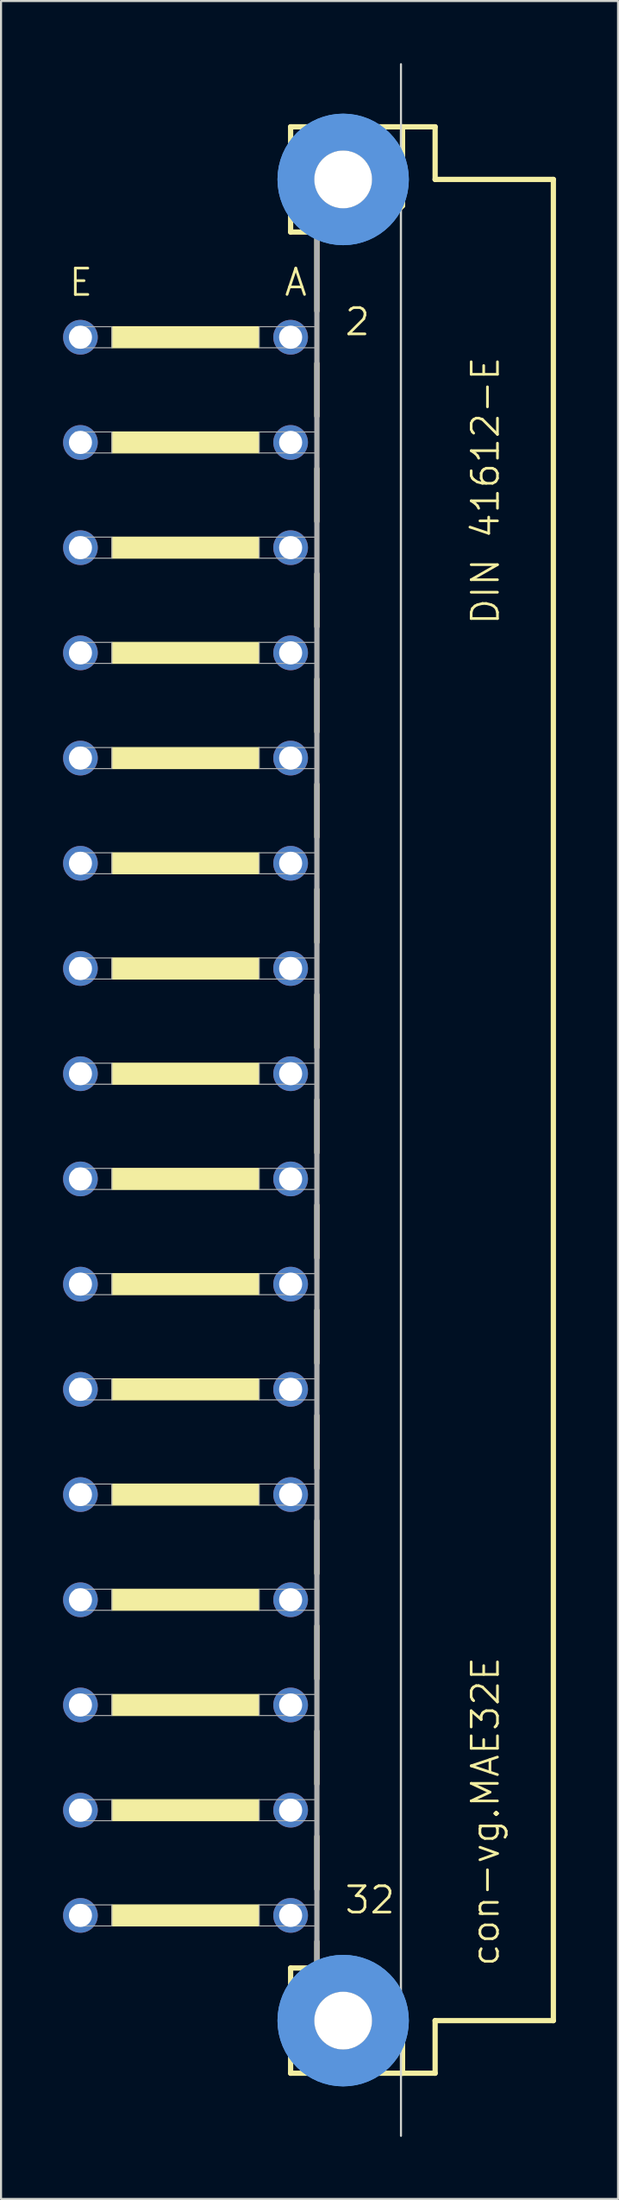
<source format=kicad_pcb>
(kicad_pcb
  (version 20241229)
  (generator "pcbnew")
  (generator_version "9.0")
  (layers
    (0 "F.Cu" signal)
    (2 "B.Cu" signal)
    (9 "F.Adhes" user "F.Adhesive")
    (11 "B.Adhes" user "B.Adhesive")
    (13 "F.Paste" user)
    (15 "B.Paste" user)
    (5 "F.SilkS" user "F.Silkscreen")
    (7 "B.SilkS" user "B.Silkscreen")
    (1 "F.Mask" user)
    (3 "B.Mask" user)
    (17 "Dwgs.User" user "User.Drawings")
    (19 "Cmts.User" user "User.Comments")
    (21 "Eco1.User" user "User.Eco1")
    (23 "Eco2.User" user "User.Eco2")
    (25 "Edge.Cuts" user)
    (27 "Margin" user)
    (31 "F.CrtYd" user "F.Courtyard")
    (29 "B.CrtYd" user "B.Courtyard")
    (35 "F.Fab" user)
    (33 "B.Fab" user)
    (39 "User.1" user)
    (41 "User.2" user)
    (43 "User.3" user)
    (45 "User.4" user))
  (footprint "con-vg.MAE32E"
    (layer "F.Cu")
    (at 13.538 50.063)
    (property "Reference" "con-vg.MAE32E" (at 7.62 41.91 90) (layer "F.SilkS") (effects (font (size 1.27 1.27) (thickness 0.13)) (justify left bottom)))
    (attr through_hole)
    (fp_line (start -2.54 -46.99) (end -2.54 -41.91) (stroke (width 0.254) (type default)) (layer "F.SilkS"))
    (fp_line (start -2.54 -41.91) (end -1.27 -41.91) (stroke (width 0.254) (type default)) (layer "F.SilkS"))
    (fp_line (start -2.54 41.91) (end -2.54 46.99) (stroke (width 0.254) (type default)) (layer "F.SilkS"))
    (fp_line (start -2.54 41.91) (end -1.27 41.91) (stroke (width 0.254) (type default)) (layer "F.SilkS"))
    (fp_line (start -2.54 46.99) (end 2.87 46.99) (stroke (width 0.254) (type default)) (layer "F.SilkS"))
    (fp_line (start -1.27 -41.91) (end -1.27 -38.1) (stroke (width 0.254) (type default)) (layer "F.SilkS"))
    (fp_line (start -1.27 -41.91) (end 1.6 -41.91) (stroke (width 0.254) (type default)) (layer "F.SilkS"))
    (fp_line (start -1.27 -35.56) (end -1.27 -33.02) (stroke (width 0.254) (type default)) (layer "F.SilkS"))
    (fp_line (start -1.27 -30.48) (end -1.27 -27.94) (stroke (width 0.254) (type default)) (layer "F.SilkS"))
    (fp_line (start -1.27 -25.4) (end -1.27 -22.86) (stroke (width 0.254) (type default)) (layer "F.SilkS"))
    (fp_line (start -1.27 -20.32) (end -1.27 -17.78) (stroke (width 0.254) (type default)) (layer "F.SilkS"))
    (fp_line (start -1.27 -15.24) (end -1.27 -12.7) (stroke (width 0.254) (type default)) (layer "F.SilkS"))
    (fp_line (start -1.27 -10.16) (end -1.27 -7.62) (stroke (width 0.254) (type default)) (layer "F.SilkS"))
    (fp_line (start -1.27 -5.08) (end -1.27 -2.54) (stroke (width 0.254) (type default)) (layer "F.SilkS"))
    (fp_line (start -1.27 0) (end -1.27 2.54) (stroke (width 0.254) (type default)) (layer "F.SilkS"))
    (fp_line (start -1.27 5.08) (end -1.27 7.62) (stroke (width 0.254) (type default)) (layer "F.SilkS"))
    (fp_line (start -1.27 10.16) (end -1.27 12.7) (stroke (width 0.254) (type default)) (layer "F.SilkS"))
    (fp_line (start -1.27 15.24) (end -1.27 17.78) (stroke (width 0.254) (type default)) (layer "F.SilkS"))
    (fp_line (start -1.27 20.32) (end -1.27 22.86) (stroke (width 0.254) (type default)) (layer "F.SilkS"))
    (fp_line (start -1.27 25.4) (end -1.27 27.94) (stroke (width 0.254) (type default)) (layer "F.SilkS"))
    (fp_line (start -1.27 30.48) (end -1.27 33.02) (stroke (width 0.254) (type default)) (layer "F.SilkS"))
    (fp_line (start -1.27 35.56) (end -1.27 38.1) (stroke (width 0.254) (type default)) (layer "F.SilkS"))
    (fp_line (start -1.27 40.64) (end -1.27 41.91) (stroke (width 0.254) (type default)) (layer "F.SilkS"))
    (fp_line (start -1.27 41.91) (end 1.27 41.91) (stroke (width 0.254) (type default)) (layer "F.SilkS"))
    (fp_line (start 1.6 -41.91) (end 2.87 -43.18) (stroke (width 0.254) (type default)) (layer "F.SilkS"))
    (fp_line (start 2.769 -43.18) (end 2.769 44.45) (stroke (width 0.051) (type default)) (layer "F.SilkS"))
    (fp_line (start 2.87 -46.99) (end -2.54 -46.99) (stroke (width 0.254) (type default)) (layer "F.SilkS"))
    (fp_line (start 2.87 -43.18) (end 2.87 -46.99) (stroke (width 0.254) (type default)) (layer "F.SilkS"))
    (fp_line (start 2.87 43.51) (end 1.27 41.91) (stroke (width 0.254) (type default)) (layer "F.SilkS"))
    (fp_line (start 2.87 43.51) (end 2.87 46.99) (stroke (width 0.254) (type default)) (layer "F.SilkS"))
    (fp_line (start 2.87 46.99) (end 4.445 46.99) (stroke (width 0.254) (type default)) (layer "F.SilkS"))
    (fp_line (start 4.445 -46.99) (end 2.87 -46.99) (stroke (width 0.254) (type default)) (layer "F.SilkS"))
    (fp_line (start 4.445 -44.45) (end 4.445 -46.99) (stroke (width 0.254) (type default)) (layer "F.SilkS"))
    (fp_line (start 4.445 44.45) (end 10.16 44.45) (stroke (width 0.254) (type default)) (layer "F.SilkS"))
    (fp_line (start 4.445 46.99) (end 4.445 44.45) (stroke (width 0.254) (type default)) (layer "F.SilkS"))
    (fp_line (start 10.16 -44.45) (end 4.445 -44.45) (stroke (width 0.254) (type default)) (layer "F.SilkS"))
    (fp_line (start 10.16 44.45) (end 10.16 -44.45) (stroke (width 0.254) (type default)) (layer "F.SilkS"))
    (fp_rect (start -11.176 -36.322) (end -4.064 -37.338) (stroke (width 0.05) (type default)) (fill yes) (layer "F.SilkS"))
    (fp_rect (start -11.176 -31.242) (end -4.064 -32.258) (stroke (width 0.05) (type default)) (fill yes) (layer "F.SilkS"))
    (fp_rect (start -11.176 -26.162) (end -4.064 -27.178) (stroke (width 0.05) (type default)) (fill yes) (layer "F.SilkS"))
    (fp_rect (start -11.176 -21.082) (end -4.064 -22.098) (stroke (width 0.05) (type default)) (fill yes) (layer "F.SilkS"))
    (fp_rect (start -11.176 -16.002) (end -4.064 -17.018) (stroke (width 0.05) (type default)) (fill yes) (layer "F.SilkS"))
    (fp_rect (start -11.176 -10.922) (end -4.064 -11.938) (stroke (width 0.05) (type default)) (fill yes) (layer "F.SilkS"))
    (fp_rect (start -11.176 -5.842) (end -4.064 -6.858) (stroke (width 0.05) (type default)) (fill yes) (layer "F.SilkS"))
    (fp_rect (start -11.176 -0.762) (end -4.064 -1.778) (stroke (width 0.05) (type default)) (fill yes) (layer "F.SilkS"))
    (fp_rect (start -11.176 4.318) (end -4.064 3.302) (stroke (width 0.05) (type default)) (fill yes) (layer "F.SilkS"))
    (fp_rect (start -11.176 9.398) (end -4.064 8.382) (stroke (width 0.05) (type default)) (fill yes) (layer "F.SilkS"))
    (fp_rect (start -11.176 14.478) (end -4.064 13.462) (stroke (width 0.05) (type default)) (fill yes) (layer "F.SilkS"))
    (fp_rect (start -11.176 19.558) (end -4.064 18.542) (stroke (width 0.05) (type default)) (fill yes) (layer "F.SilkS"))
    (fp_rect (start -11.176 24.638) (end -4.064 23.622) (stroke (width 0.05) (type default)) (fill yes) (layer "F.SilkS"))
    (fp_rect (start -11.176 29.718) (end -4.064 28.702) (stroke (width 0.05) (type default)) (fill yes) (layer "F.SilkS"))
    (fp_rect (start -11.176 34.798) (end -4.064 33.782) (stroke (width 0.05) (type default)) (fill yes) (layer "F.SilkS"))
    (fp_rect (start -11.176 39.878) (end -4.064 38.862) (stroke (width 0.05) (type default)) (fill yes) (layer "F.SilkS"))
    (fp_circle (center 0 -44.45) (end 2.286 -44.45) (stroke (width 1.778) (type default)) (fill no) (layer "Cmts.User"))
    (fp_circle (center 0 -44.45) (end 2.286 -44.45) (stroke (width 1.778) (type default)) (fill no) (layer "Cmts.User"))
    (fp_circle (center 0 44.45) (end 2.286 44.45) (stroke (width 1.778) (type default)) (fill no) (layer "Cmts.User"))
    (fp_circle (center 0 44.45) (end 2.286 44.45) (stroke (width 1.778) (type default)) (fill no) (layer "Cmts.User"))
    (fp_line (start 2.794 50.013) (end 2.794 -50.013) (stroke (width 0.1) (type default)) (layer "Edge.Cuts"))
    (fp_line (start -1.27 -41.91) (end -1.27 41.91) (stroke (width 0.254) (type default)) (layer "F.Fab"))
    (fp_rect (start -12.954 -36.322) (end -11.176 -37.338) (stroke (width 0.05) (type default)) (fill no) (layer "F.Fab"))
    (fp_rect (start -12.954 -31.242) (end -11.176 -32.258) (stroke (width 0.05) (type default)) (fill no) (layer "F.Fab"))
    (fp_rect (start -12.954 -26.162) (end -11.176 -27.178) (stroke (width 0.05) (type default)) (fill no) (layer "F.Fab"))
    (fp_rect (start -12.954 -21.082) (end -11.176 -22.098) (stroke (width 0.05) (type default)) (fill no) (layer "F.Fab"))
    (fp_rect (start -12.954 -16.002) (end -11.176 -17.018) (stroke (width 0.05) (type default)) (fill no) (layer "F.Fab"))
    (fp_rect (start -12.954 -10.922) (end -11.176 -11.938) (stroke (width 0.05) (type default)) (fill no) (layer "F.Fab"))
    (fp_rect (start -12.954 -5.842) (end -11.176 -6.858) (stroke (width 0.05) (type default)) (fill no) (layer "F.Fab"))
    (fp_rect (start -12.954 -0.762) (end -11.176 -1.778) (stroke (width 0.05) (type default)) (fill no) (layer "F.Fab"))
    (fp_rect (start -12.954 4.318) (end -11.176 3.302) (stroke (width 0.05) (type default)) (fill no) (layer "F.Fab"))
    (fp_rect (start -12.954 9.398) (end -11.176 8.382) (stroke (width 0.05) (type default)) (fill no) (layer "F.Fab"))
    (fp_rect (start -12.954 14.478) (end -11.176 13.462) (stroke (width 0.05) (type default)) (fill no) (layer "F.Fab"))
    (fp_rect (start -12.954 19.558) (end -11.176 18.542) (stroke (width 0.05) (type default)) (fill no) (layer "F.Fab"))
    (fp_rect (start -12.954 24.638) (end -11.176 23.622) (stroke (width 0.05) (type default)) (fill no) (layer "F.Fab"))
    (fp_rect (start -12.954 29.718) (end -11.176 28.702) (stroke (width 0.05) (type default)) (fill no) (layer "F.Fab"))
    (fp_rect (start -12.954 34.798) (end -11.176 33.782) (stroke (width 0.05) (type default)) (fill no) (layer "F.Fab"))
    (fp_rect (start -12.954 39.878) (end -11.176 38.862) (stroke (width 0.05) (type default)) (fill no) (layer "F.Fab"))
    (fp_rect (start -4.064 -36.322) (end -1.27 -37.338) (stroke (width 0.05) (type default)) (fill no) (layer "F.Fab"))
    (fp_rect (start -4.064 -31.242) (end -1.27 -32.258) (stroke (width 0.05) (type default)) (fill no) (layer "F.Fab"))
    (fp_rect (start -4.064 -26.162) (end -1.27 -27.178) (stroke (width 0.05) (type default)) (fill no) (layer "F.Fab"))
    (fp_rect (start -4.064 -21.082) (end -1.27 -22.098) (stroke (width 0.05) (type default)) (fill no) (layer "F.Fab"))
    (fp_rect (start -4.064 -16.002) (end -1.27 -17.018) (stroke (width 0.05) (type default)) (fill no) (layer "F.Fab"))
    (fp_rect (start -4.064 -10.922) (end -1.27 -11.938) (stroke (width 0.05) (type default)) (fill no) (layer "F.Fab"))
    (fp_rect (start -4.064 -5.842) (end -1.27 -6.858) (stroke (width 0.05) (type default)) (fill no) (layer "F.Fab"))
    (fp_rect (start -4.064 -0.762) (end -1.27 -1.778) (stroke (width 0.05) (type default)) (fill no) (layer "F.Fab"))
    (fp_rect (start -4.064 4.318) (end -1.27 3.302) (stroke (width 0.05) (type default)) (fill no) (layer "F.Fab"))
    (fp_rect (start -4.064 9.398) (end -1.27 8.382) (stroke (width 0.05) (type default)) (fill no) (layer "F.Fab"))
    (fp_rect (start -4.064 14.478) (end -1.27 13.462) (stroke (width 0.05) (type default)) (fill no) (layer "F.Fab"))
    (fp_rect (start -4.064 19.558) (end -1.27 18.542) (stroke (width 0.05) (type default)) (fill no) (layer "F.Fab"))
    (fp_rect (start -4.064 24.638) (end -1.27 23.622) (stroke (width 0.05) (type default)) (fill no) (layer "F.Fab"))
    (fp_rect (start -4.064 29.718) (end -1.27 28.702) (stroke (width 0.05) (type default)) (fill no) (layer "F.Fab"))
    (fp_rect (start -4.064 34.798) (end -1.27 33.782) (stroke (width 0.05) (type default)) (fill no) (layer "F.Fab"))
    (fp_rect (start -4.064 39.878) (end -1.27 38.862) (stroke (width 0.05) (type default)) (fill no) (layer "F.Fab"))
    (fp_text user "DIN 41612-E" (at 7.62 -22.86 90) (layer "F.SilkS") (effects (font (size 1.27 1.27) (thickness 0.13)) (justify left bottom)))
    (fp_text user "2" (at 0 -36.83 0) (layer "F.SilkS") (effects (font (size 1.27 1.27) (thickness 0.13)) (justify left bottom)))
    (fp_text user "32" (at 0 39.37 0) (layer "F.SilkS") (effects (font (size 1.27 1.27) (thickness 0.13)) (justify left bottom)))
    (fp_text user "A" (at -2.921 -38.735 0) (layer "F.SilkS") (effects (font (size 1.27 1.27) (thickness 0.13)) (justify left bottom)))
    (fp_text user "E" (at -13.335 -38.735 0) (layer "F.SilkS") (effects (font (size 1.27 1.27) (thickness 0.13)) (justify left bottom)))
    (pad "" np_thru_hole circle (at 0 -44.45) (size 2.794 2.794) (drill 2.794) (layers "*.Cu" "*.Mask"))
    (pad "" np_thru_hole circle (at 0 44.45) (size 2.794 2.794) (drill 2.794) (layers "*.Cu" "*.Mask"))
    (pad "A2" thru_hole circle (at -2.54 -36.83) (size 1.676 1.676) (drill 1.118) (layers "*.Cu" "*.Mask"))
    (pad "A4" thru_hole circle (at -2.54 -31.75) (size 1.676 1.676) (drill 1.118) (layers "*.Cu" "*.Mask"))
    (pad "A6" thru_hole circle (at -2.54 -26.67) (size 1.676 1.676) (drill 1.118) (layers "*.Cu" "*.Mask"))
    (pad "A8" thru_hole circle (at -2.54 -21.59) (size 1.676 1.676) (drill 1.118) (layers "*.Cu" "*.Mask"))
    (pad "A10" thru_hole circle (at -2.54 -16.51) (size 1.676 1.676) (drill 1.118) (layers "*.Cu" "*.Mask"))
    (pad "A12" thru_hole circle (at -2.54 -11.43) (size 1.676 1.676) (drill 1.118) (layers "*.Cu" "*.Mask"))
    (pad "A14" thru_hole circle (at -2.54 -6.35) (size 1.676 1.676) (drill 1.118) (layers "*.Cu" "*.Mask"))
    (pad "A16" thru_hole circle (at -2.54 -1.27) (size 1.676 1.676) (drill 1.118) (layers "*.Cu" "*.Mask"))
    (pad "A18" thru_hole circle (at -2.54 3.81) (size 1.676 1.676) (drill 1.118) (layers "*.Cu" "*.Mask"))
    (pad "A20" thru_hole circle (at -2.54 8.89) (size 1.676 1.676) (drill 1.118) (layers "*.Cu" "*.Mask"))
    (pad "A22" thru_hole circle (at -2.54 13.97) (size 1.676 1.676) (drill 1.118) (layers "*.Cu" "*.Mask"))
    (pad "A24" thru_hole circle (at -2.54 19.05) (size 1.676 1.676) (drill 1.118) (layers "*.Cu" "*.Mask"))
    (pad "A26" thru_hole circle (at -2.54 24.13) (size 1.676 1.676) (drill 1.118) (layers "*.Cu" "*.Mask"))
    (pad "A28" thru_hole circle (at -2.54 29.21) (size 1.676 1.676) (drill 1.118) (layers "*.Cu" "*.Mask"))
    (pad "A30" thru_hole circle (at -2.54 34.29) (size 1.676 1.676) (drill 1.118) (layers "*.Cu" "*.Mask"))
    (pad "A32" thru_hole circle (at -2.54 39.37) (size 1.676 1.676) (drill 1.118) (layers "*.Cu" "*.Mask"))
    (pad "E2" thru_hole circle (at -12.7 -36.83) (size 1.676 1.676) (drill 1.118) (layers "*.Cu" "*.Mask"))
    (pad "E4" thru_hole circle (at -12.7 -31.75) (size 1.676 1.676) (drill 1.118) (layers "*.Cu" "*.Mask"))
    (pad "E6" thru_hole circle (at -12.7 -26.67) (size 1.676 1.676) (drill 1.118) (layers "*.Cu" "*.Mask"))
    (pad "E8" thru_hole circle (at -12.7 -21.59) (size 1.676 1.676) (drill 1.118) (layers "*.Cu" "*.Mask"))
    (pad "E10" thru_hole circle (at -12.7 -16.51) (size 1.676 1.676) (drill 1.118) (layers "*.Cu" "*.Mask"))
    (pad "E12" thru_hole circle (at -12.7 -11.43) (size 1.676 1.676) (drill 1.118) (layers "*.Cu" "*.Mask"))
    (pad "E14" thru_hole circle (at -12.7 -6.35) (size 1.676 1.676) (drill 1.118) (layers "*.Cu" "*.Mask"))
    (pad "E16" thru_hole circle (at -12.7 -1.27) (size 1.676 1.676) (drill 1.118) (layers "*.Cu" "*.Mask"))
    (pad "E18" thru_hole circle (at -12.7 3.81) (size 1.676 1.676) (drill 1.118) (layers "*.Cu" "*.Mask"))
    (pad "E20" thru_hole circle (at -12.7 8.89) (size 1.676 1.676) (drill 1.118) (layers "*.Cu" "*.Mask"))
    (pad "E22" thru_hole circle (at -12.7 13.97) (size 1.676 1.676) (drill 1.118) (layers "*.Cu" "*.Mask"))
    (pad "E24" thru_hole circle (at -12.7 19.05) (size 1.676 1.676) (drill 1.118) (layers "*.Cu" "*.Mask"))
    (pad "E26" thru_hole circle (at -12.7 24.13) (size 1.676 1.676) (drill 1.118) (layers "*.Cu" "*.Mask"))
    (pad "E28" thru_hole circle (at -12.7 29.21) (size 1.676 1.676) (drill 1.118) (layers "*.Cu" "*.Mask"))
    (pad "E30" thru_hole circle (at -12.7 34.29) (size 1.676 1.676) (drill 1.118) (layers "*.Cu" "*.Mask"))
    (pad "E32" thru_hole circle (at -12.7 39.37) (size 1.676 1.676) (drill 1.118) (layers "*.Cu" "*.Mask")))
  (gr_rect
    (start -3 -3)
    (end 26.825 103.125)
    (stroke (width 0.1) (type default))
    (fill no)
    (layer "Edge.Cuts")))
</source>
